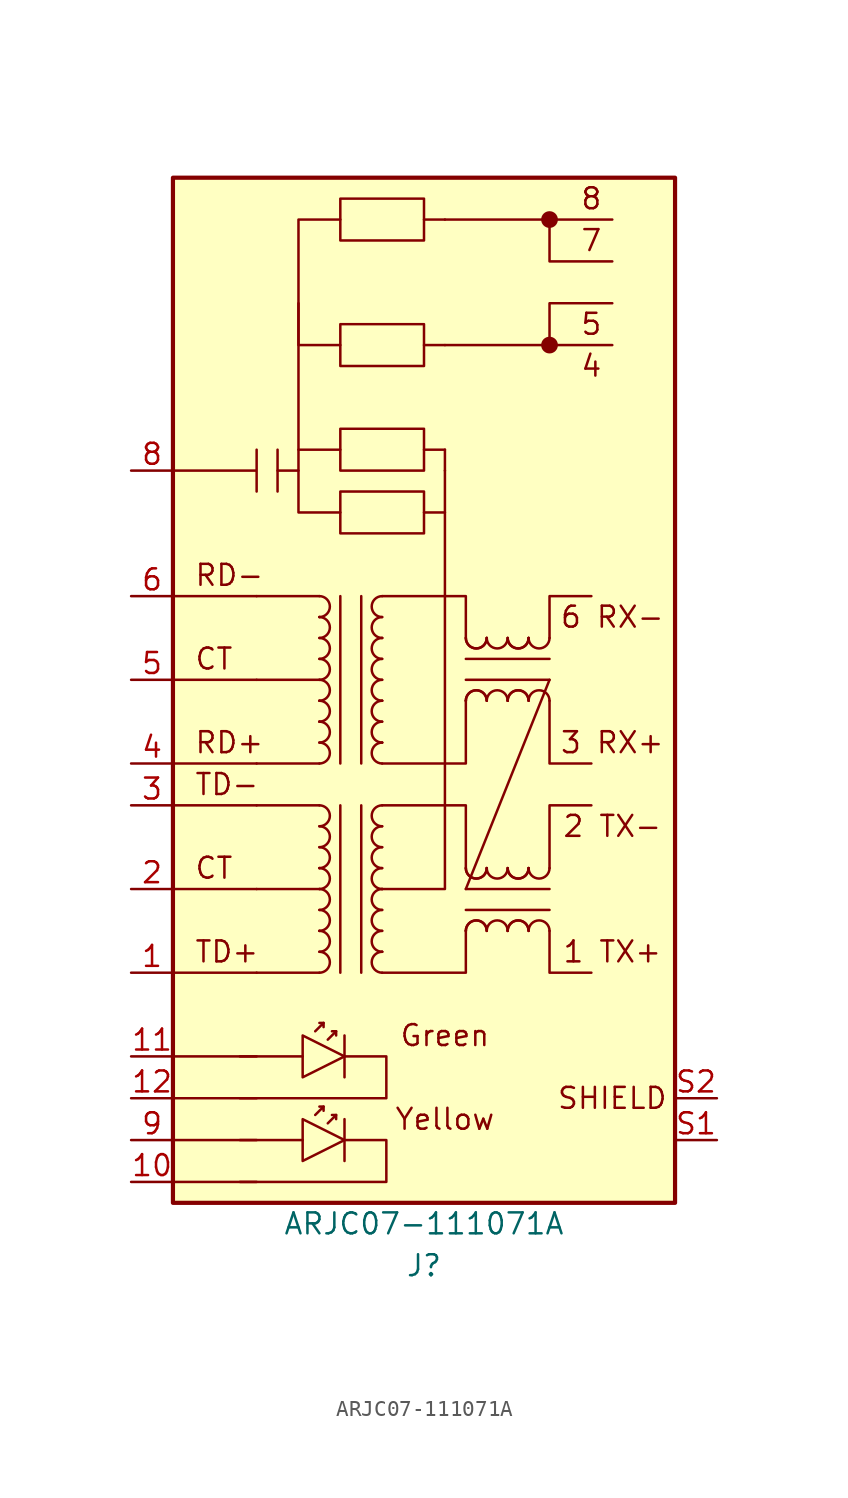
<source format=kicad_sym>
(kicad_symbol_lib
  (version 20211014)
  (generator kicad_symbol_editor)
  (symbol "ARJC07-111071A"
    (pin_names
      (offset 1.016) hide)
    (property "Reference" "J"
      (at 0 -38.1 0)
      (effects (font (size 1.27 1.27))))
    (property "Value" "ARJC07-111071A"
      (at 0 -35.56 0)
      (effects (font (size 1.27 1.27))))
    (symbol "ARJC07-111071A_0_0"
      (rectangle (start -15.24 27.94) (end 15.24 -34.29) (stroke (width 0.254) (type default) (color 0 0 0 0)) (fill (type background)))
      (rectangle (start -5.08 8.89) (end 0 6.35) (stroke (width 0) (type default) (color 0 0 0 0)) (fill (type none)))
      (rectangle (start -5.08 19.05) (end 0 16.51) (stroke (width 0) (type default) (color 0 0 0 0)) (fill (type none)))
      (polyline (pts (xy -15.24 -33.02) (xy -10.16 -33.02)) (stroke (width 0) (type default) (color 0 0 0 0)) (fill (type none)))
      (polyline (pts (xy -15.24 -30.48) (xy -10.16 -30.48)) (stroke (width 0) (type default) (color 0 0 0 0)) (fill (type none)))
      (polyline (pts (xy -15.24 -27.94) (xy -10.16 -27.94)) (stroke (width 0) (type default) (color 0 0 0 0)) (fill (type none)))
      (polyline (pts (xy -15.24 -25.4) (xy -10.16 -25.4)) (stroke (width 0) (type default) (color 0 0 0 0)) (fill (type none)))
      (polyline (pts (xy -15.24 -20.32) (xy -10.16 -20.32)) (stroke (width 0) (type default) (color 0 0 0 0)) (fill (type none)))
      (polyline (pts (xy -15.24 -15.24) (xy -10.16 -15.24)) (stroke (width 0) (type default) (color 0 0 0 0)) (fill (type none)))
      (polyline (pts (xy -15.24 -10.16) (xy -10.16 -10.16)) (stroke (width 0) (type default) (color 0 0 0 0)) (fill (type none)))
      (polyline (pts (xy -15.24 -7.62) (xy -10.16 -7.62)) (stroke (width 0) (type default) (color 0 0 0 0)) (fill (type none)))
      (polyline (pts (xy -15.24 -2.54) (xy -10.16 -2.54)) (stroke (width 0) (type default) (color 0 0 0 0)) (fill (type none)))
      (polyline (pts (xy -15.24 2.54) (xy -10.16 2.54)) (stroke (width 0) (type default) (color 0 0 0 0)) (fill (type none)))
      (polyline (pts (xy -11.176 -25.4) (xy -7.366 -25.4)) (stroke (width 0) (type default) (color 0 0 0 0)) (fill (type none)))
      (polyline (pts (xy 1.27 10.16) (xy 1.27 11.43)) (stroke (width 0) (type default) (color 0 0 0 0)) (fill (type none)))
      (polyline (pts (xy 7.62 17.78) (xy 7.62 20.32) (xy 11.43 20.32)) (stroke (width 0) (type default) (color 0 0 0 0)) (fill (type none)))
      (polyline (pts (xy 7.62 25.4) (xy 7.62 22.86) (xy 11.43 22.86)) (stroke (width 0) (type default) (color 0 0 0 0)) (fill (type none)))
      (polyline (pts (xy -4.826 -25.4) (xy -2.286 -25.4) (xy -2.286 -27.94) (xy -11.176 -27.94)) (stroke (width 0) (type default) (color 0 0 0 0)) (fill (type none)))
      (polyline (pts (xy -2.54 -15.24) (xy -1.27 -15.24) (xy 1.27 -15.24) (xy 1.27 10.16)) (stroke (width 0) (type default) (color 0 0 0 0)) (fill (type none)))
      (text "1 TX+" (at 11.43 -19.05 0) (effects (font (size 1.27 1.27))))
      (text "2 TX-" (at 11.43 -11.43 0) (effects (font (size 1.27 1.27))))
      (text "3 RX+" (at 11.43 -6.35 0) (effects (font (size 1.27 1.27))))
      (text "4" (at 10.16 16.51 0) (effects (font (size 1.27 1.27))))
      (text "5" (at 10.16 19.05 0) (effects (font (size 1.27 1.27))))
      (text "6 RX-" (at 11.43 1.27 0) (effects (font (size 1.27 1.27))))
      (text "7" (at 10.16 24.13 0) (effects (font (size 1.27 1.27))))
      (text "8" (at 10.16 26.67 0) (effects (font (size 1.27 1.27))))
      (text "CT" (at -13.97 -1.27 0) (effects (font (size 1.27 1.27)) (justify left)))
      (text "Green" (at 1.27 -24.13 0) (effects (font (size 1.27 1.27))))
      (text "RD-" (at -13.97 3.81 0) (effects (font (size 1.27 1.27)) (justify left)))
      (text "SHIELD" (at 11.43 -27.94 0) (effects (font (size 1.27 1.27)))))
    (symbol "ARJC07-111071A_0_1"
      (arc (start -6.35 -16.51) (mid -5.715 -15.875) (end -6.35 -15.24) (stroke (width 0) (type default) (color 0 0 0 0)) (fill (type none)))
      (arc (start -6.35 -15.24) (mid -5.715 -14.605) (end -6.35 -13.97) (stroke (width 0) (type default) (color 0 0 0 0)) (fill (type none)))
      (arc (start -6.35 -13.97) (mid -6.35 -16.51) (end -6.35 -13.97) (stroke (width 0) (type default) (color 0 0 0 0)) (fill (type none)))
      (arc (start -6.35 -11.43) (mid -5.715 -10.795) (end -6.35 -10.16) (stroke (width 0) (type default) (color 0 0 0 0)) (fill (type none)))
      (polyline (pts (xy -8.89 11.43) (xy -8.89 8.89)) (stroke (width 0) (type default) (color 0 0 0 0)) (fill (type none)))
      (polyline (pts (xy -6.35 -20.32) (xy -10.16 -20.32)) (stroke (width 0) (type default) (color 0 0 0 0)) (fill (type none)))
      (polyline (pts (xy -6.35 -15.24) (xy -10.16 -15.24)) (stroke (width 0) (type default) (color 0 0 0 0)) (fill (type none)))
      (polyline (pts (xy -6.35 -10.16) (xy -10.16 -10.16)) (stroke (width 0) (type default) (color 0 0 0 0)) (fill (type none)))
      (polyline (pts (xy -6.35 -7.62) (xy -10.16 -7.62)) (stroke (width 0) (type default) (color 0 0 0 0)) (fill (type none)))
      (polyline (pts (xy -6.35 -2.54) (xy -10.16 -2.54)) (stroke (width 0) (type default) (color 0 0 0 0)) (fill (type none)))
      (polyline (pts (xy -6.35 2.54) (xy -10.16 2.54)) (stroke (width 0) (type default) (color 0 0 0 0)) (fill (type none)))
      (polyline (pts (xy -6.096 -28.448) (xy -6.35 -28.448)) (stroke (width 0) (type default) (color 0 0 0 0)) (fill (type none)))
      (polyline (pts (xy -5.334 -28.956) (xy -5.588 -28.956)) (stroke (width 0) (type default) (color 0 0 0 0)) (fill (type none)))
      (polyline (pts (xy -4.826 -24.13) (xy -4.826 -26.67)) (stroke (width 0) (type default) (color 0 0 0 0)) (fill (type none)))
      (polyline (pts (xy 0 7.62) (xy 1.27 7.62)) (stroke (width 0) (type default) (color 0 0 0 0)) (fill (type none)))
      (polyline (pts (xy 0 11.43) (xy 1.27 11.43)) (stroke (width 0) (type default) (color 0 0 0 0)) (fill (type none)))
      (polyline (pts (xy 0 17.78) (xy 1.27 17.78)) (stroke (width 0) (type default) (color 0 0 0 0)) (fill (type none)))
      (polyline (pts (xy 0 25.4) (xy 1.27 25.4)) (stroke (width 0) (type default) (color 0 0 0 0)) (fill (type none)))
      (polyline (pts (xy -7.62 10.16) (xy -7.62 7.62) (xy -5.08 7.62)) (stroke (width 0) (type default) (color 0 0 0 0)) (fill (type none)))
      (polyline (pts (xy -7.62 20.32) (xy -7.62 17.78) (xy -5.08 17.78)) (stroke (width 0) (type default) (color 0 0 0 0)) (fill (type none)))
      (polyline (pts (xy -6.604 -28.956) (xy -6.096 -28.448) (xy -6.096 -28.702)) (stroke (width 0) (type default) (color 0 0 0 0)) (fill (type none)))
      (polyline (pts (xy -5.842 -29.464) (xy -5.334 -28.956) (xy -5.334 -29.21)) (stroke (width 0) (type default) (color 0 0 0 0)) (fill (type none)))
      (polyline (pts (xy -15.24 10.16) (xy -10.16 10.16) (xy -10.16 11.43) (xy -10.16 8.89)) (stroke (width 0) (type default) (color 0 0 0 0)) (fill (type none)))
      (polyline (pts (xy -7.366 -24.13) (xy -7.366 -26.67) (xy -4.826 -25.4) (xy -7.366 -24.13)) (stroke (width 0) (type default) (color 0 0 0 0)) (fill (type none)))
      (polyline (pts (xy -5.08 11.43) (xy -7.62 11.43) (xy -7.62 10.16) (xy -8.89 10.16)) (stroke (width 0) (type default) (color 0 0 0 0)) (fill (type none))))
    (symbol "ARJC07-111071A_1_1"
      (arc (start -6.35 -20.32) (mid -5.715 -19.685) (end -6.35 -19.05) (stroke (width 0) (type default) (color 0 0 0 0)) (fill (type none)))
      (arc (start -6.35 -19.05) (mid -5.715 -18.415) (end -6.35 -17.78) (stroke (width 0) (type default) (color 0 0 0 0)) (fill (type none)))
      (arc (start -6.35 -17.78) (mid -6.35 -20.32) (end -6.35 -17.78) (stroke (width 0) (type default) (color 0 0 0 0)) (fill (type none)))
      (arc (start -6.35 -17.78) (mid -5.715 -17.145) (end -6.35 -16.51) (stroke (width 0) (type default) (color 0 0 0 0)) (fill (type none)))
      (arc (start -6.35 -13.97) (mid -5.715 -13.335) (end -6.35 -12.7) (stroke (width 0) (type default) (color 0 0 0 0)) (fill (type none)))
      (arc (start -6.35 -12.7) (mid -5.715 -12.065) (end -6.35 -11.43) (stroke (width 0) (type default) (color 0 0 0 0)) (fill (type none)))
      (arc (start -6.35 -7.62) (mid -5.715 -6.985) (end -6.35 -6.35) (stroke (width 0) (type default) (color 0 0 0 0)) (fill (type none)))
      (arc (start -6.35 -6.35) (mid -5.715 -5.715) (end -6.35 -5.08) (stroke (width 0) (type default) (color 0 0 0 0)) (fill (type none)))
      (arc (start -6.35 -5.08) (mid -6.35 -7.62) (end -6.35 -5.08) (stroke (width 0) (type default) (color 0 0 0 0)) (fill (type none)))
      (arc (start -6.35 -5.08) (mid -5.715 -4.445) (end -6.35 -3.81) (stroke (width 0) (type default) (color 0 0 0 0)) (fill (type none)))
      (arc (start -6.35 -3.81) (mid -6.35 -6.35) (end -6.35 -3.81) (stroke (width 0) (type default) (color 0 0 0 0)) (fill (type none)))
      (arc (start -6.35 -3.81) (mid -5.715 -3.175) (end -6.35 -2.54) (stroke (width 0) (type default) (color 0 0 0 0)) (fill (type none)))
      (arc (start -6.35 -2.54) (mid -5.715 -1.905) (end -6.35 -1.27) (stroke (width 0) (type default) (color 0 0 0 0)) (fill (type none)))
      (arc (start -6.35 -1.27) (mid -5.715 -0.635) (end -6.35 0) (stroke (width 0) (type default) (color 0 0 0 0)) (fill (type none)))
      (arc (start -6.35 0) (mid -5.715 0.635) (end -6.35 1.27) (stroke (width 0) (type default) (color 0 0 0 0)) (fill (type none)))
      (arc (start -6.35 1.27) (mid -6.35 -1.27) (end -6.35 1.27) (stroke (width 0) (type default) (color 0 0 0 0)) (fill (type none)))
      (arc (start -6.35 1.27) (mid -5.715 1.905) (end -6.35 2.54) (stroke (width 0) (type default) (color 0 0 0 0)) (fill (type none)))
      (rectangle (start -5.08 12.7) (end 0 10.16) (stroke (width 0) (type default) (color 0 0 0 0)) (fill (type none)))
      (rectangle (start -5.08 26.67) (end 0 24.13) (stroke (width 0) (type default) (color 0 0 0 0)) (fill (type none)))
      (arc (start -2.54 -19.05) (mid -3.175 -19.685) (end -2.54 -20.32) (stroke (width 0) (type default) (color 0 0 0 0)) (fill (type none)))
      (arc (start -2.54 -19.05) (mid -2.54 -16.51) (end -2.54 -19.05) (stroke (width 0) (type default) (color 0 0 0 0)) (fill (type none)))
      (arc (start -2.54 -17.78) (mid -3.175 -18.415) (end -2.54 -19.05) (stroke (width 0) (type default) (color 0 0 0 0)) (fill (type none)))
      (arc (start -2.54 -16.51) (mid -3.175 -17.145) (end -2.54 -17.78) (stroke (width 0) (type default) (color 0 0 0 0)) (fill (type none)))
      (arc (start -2.54 -15.24) (mid -3.175 -15.875) (end -2.54 -16.51) (stroke (width 0) (type default) (color 0 0 0 0)) (fill (type none)))
      (arc (start -2.54 -15.24) (mid -2.54 -12.7) (end -2.54 -15.24) (stroke (width 0) (type default) (color 0 0 0 0)) (fill (type none)))
      (arc (start -2.54 -13.97) (mid -3.175 -14.605) (end -2.54 -15.24) (stroke (width 0) (type default) (color 0 0 0 0)) (fill (type none)))
      (arc (start -2.54 -12.7) (mid -3.175 -13.335) (end -2.54 -13.97) (stroke (width 0) (type default) (color 0 0 0 0)) (fill (type none)))
      (arc (start -2.54 -11.43) (mid -3.175 -12.065) (end -2.54 -12.7) (stroke (width 0) (type default) (color 0 0 0 0)) (fill (type none)))
      (arc (start -2.54 -10.16) (mid -3.175 -10.795) (end -2.54 -11.43) (stroke (width 0) (type default) (color 0 0 0 0)) (fill (type none)))
      (arc (start -2.54 -6.35) (mid -3.175 -6.985) (end -2.54 -7.62) (stroke (width 0) (type default) (color 0 0 0 0)) (fill (type none)))
      (arc (start -2.54 -6.35) (mid -2.54 -3.81) (end -2.54 -6.35) (stroke (width 0) (type default) (color 0 0 0 0)) (fill (type none)))
      (arc (start -2.54 -5.08) (mid -3.175 -5.715) (end -2.54 -6.35) (stroke (width 0) (type default) (color 0 0 0 0)) (fill (type none)))
      (arc (start -2.54 -3.81) (mid -3.175 -4.445) (end -2.54 -5.08) (stroke (width 0) (type default) (color 0 0 0 0)) (fill (type none)))
      (arc (start -2.54 -3.81) (mid -2.54 -1.27) (end -2.54 -3.81) (stroke (width 0) (type default) (color 0 0 0 0)) (fill (type none)))
      (arc (start -2.54 -2.54) (mid -3.175 -3.175) (end -2.54 -3.81) (stroke (width 0) (type default) (color 0 0 0 0)) (fill (type none)))
      (arc (start -2.54 -1.27) (mid -3.175 -1.905) (end -2.54 -2.54) (stroke (width 0) (type default) (color 0 0 0 0)) (fill (type none)))
      (arc (start -2.54 0) (mid -3.175 -0.635) (end -2.54 -1.27) (stroke (width 0) (type default) (color 0 0 0 0)) (fill (type none)))
      (arc (start -2.54 0) (mid -2.54 2.54) (end -2.54 0) (stroke (width 0) (type default) (color 0 0 0 0)) (fill (type none)))
      (arc (start -2.54 1.27) (mid -3.175 0.635) (end -2.54 0) (stroke (width 0) (type default) (color 0 0 0 0)) (fill (type none)))
      (arc (start -2.54 2.54) (mid -3.175 1.905) (end -2.54 1.27) (stroke (width 0) (type default) (color 0 0 0 0)) (fill (type none)))
      (polyline (pts (xy -11.176 -30.48) (xy -7.366 -30.48)) (stroke (width 0) (type default) (color 0 0 0 0)) (fill (type none)))
      (polyline (pts (xy -6.096 -23.368) (xy -6.35 -23.368)) (stroke (width 0) (type default) (color 0 0 0 0)) (fill (type none)))
      (polyline (pts (xy -5.334 -23.876) (xy -5.588 -23.876)) (stroke (width 0) (type default) (color 0 0 0 0)) (fill (type none)))
      (polyline (pts (xy -5.08 -10.16) (xy -5.08 -20.32)) (stroke (width 0) (type default) (color 0 0 0 0)) (fill (type none)))
      (polyline (pts (xy -5.08 2.54) (xy -5.08 -7.62)) (stroke (width 0) (type default) (color 0 0 0 0)) (fill (type none)))
      (polyline (pts (xy -4.826 -29.21) (xy -4.826 -31.75)) (stroke (width 0) (type default) (color 0 0 0 0)) (fill (type none)))
      (polyline (pts (xy -3.81 -20.32) (xy -3.81 -10.16)) (stroke (width 0) (type default) (color 0 0 0 0)) (fill (type none)))
      (polyline (pts (xy -3.81 -7.62) (xy -3.81 2.54)) (stroke (width 0) (type default) (color 0 0 0 0)) (fill (type none)))
      (polyline (pts (xy 2.54 -16.51) (xy 7.62 -16.51)) (stroke (width 0) (type default) (color 0 0 0 0)) (fill (type none)))
      (polyline (pts (xy 2.54 -15.24) (xy 7.62 -2.54)) (stroke (width 0) (type default) (color 0 0 0 0)) (fill (type none)))
      (polyline (pts (xy 2.54 -2.54) (xy 7.62 -2.54)) (stroke (width 0) (type default) (color 0 0 0 0)) (fill (type none)))
      (polyline (pts (xy 7.62 -15.24) (xy 2.54 -15.24)) (stroke (width 0) (type default) (color 0 0 0 0)) (fill (type none)))
      (polyline (pts (xy 7.62 -1.27) (xy 2.54 -1.27)) (stroke (width 0) (type default) (color 0 0 0 0)) (fill (type none)))
      (polyline (pts (xy 11.43 17.78) (xy 1.27 17.78)) (stroke (width 0) (type default) (color 0 0 0 0)) (fill (type none)))
      (polyline (pts (xy 11.43 25.4) (xy 1.27 25.4)) (stroke (width 0) (type default) (color 0 0 0 0)) (fill (type none)))
      (polyline (pts (xy -6.604 -23.876) (xy -6.096 -23.368) (xy -6.096 -23.622)) (stroke (width 0) (type default) (color 0 0 0 0)) (fill (type none)))
      (polyline (pts (xy -5.842 -24.384) (xy -5.334 -23.876) (xy -5.334 -24.13)) (stroke (width 0) (type default) (color 0 0 0 0)) (fill (type none)))
      (polyline (pts (xy -5.08 25.4) (xy -7.62 25.4) (xy -7.62 11.43)) (stroke (width 0) (type default) (color 0 0 0 0)) (fill (type none)))
      (polyline (pts (xy -2.54 -10.16) (xy 2.54 -10.16) (xy 2.54 -13.97)) (stroke (width 0) (type default) (color 0 0 0 0)) (fill (type none)))
      (polyline (pts (xy -2.54 -7.62) (xy 2.54 -7.62) (xy 2.54 -3.81)) (stroke (width 0) (type default) (color 0 0 0 0)) (fill (type none)))
      (polyline (pts (xy -2.54 2.54) (xy 2.54 2.54) (xy 2.54 0)) (stroke (width 0) (type default) (color 0 0 0 0)) (fill (type none)))
      (polyline (pts (xy 2.54 -17.78) (xy 2.54 -20.32) (xy -2.54 -20.32)) (stroke (width 0) (type default) (color 0 0 0 0)) (fill (type none)))
      (polyline (pts (xy 7.62 -17.78) (xy 7.62 -20.32) (xy 10.16 -20.32)) (stroke (width 0) (type default) (color 0 0 0 0)) (fill (type none)))
      (polyline (pts (xy 7.62 -13.97) (xy 7.62 -10.16) (xy 10.16 -10.16)) (stroke (width 0) (type default) (color 0 0 0 0)) (fill (type none)))
      (polyline (pts (xy 7.62 -3.81) (xy 7.62 -7.62) (xy 10.16 -7.62)) (stroke (width 0) (type default) (color 0 0 0 0)) (fill (type none)))
      (polyline (pts (xy 7.62 0) (xy 7.62 2.54) (xy 10.16 2.54)) (stroke (width 0) (type default) (color 0 0 0 0)) (fill (type none)))
      (polyline (pts (xy -7.366 -29.21) (xy -7.366 -31.75) (xy -4.826 -30.48) (xy -7.366 -29.21)) (stroke (width 0) (type default) (color 0 0 0 0)) (fill (type none)))
      (polyline (pts (xy -4.826 -30.48) (xy -2.286 -30.48) (xy -2.286 -33.02) (xy -11.176 -33.02)) (stroke (width 0) (type default) (color 0 0 0 0)) (fill (type none)))
      (arc (start 2.54 -17.78) (mid 5.08 -17.78) (end 2.54 -17.78) (stroke (width 0) (type default) (color 0 0 0 0)) (fill (type none)))
      (arc (start 2.54 -13.97) (mid 3.175 -14.605) (end 3.81 -13.97) (stroke (width 0) (type default) (color 0 0 0 0)) (fill (type none)))
      (arc (start 2.54 -13.97) (mid 3.175 -14.605) (end 3.81 -13.97) (stroke (width 0) (type default) (color 0 0 0 0)) (fill (type none)))
      (arc (start 2.54 -3.81) (mid 5.08 -3.81) (end 2.54 -3.81) (stroke (width 0) (type default) (color 0 0 0 0)) (fill (type none)))
      (arc (start 2.54 0) (mid 3.175 -0.635) (end 3.81 0) (stroke (width 0) (type default) (color 0 0 0 0)) (fill (type none)))
      (arc (start 2.54 0) (mid 3.175 -0.635) (end 3.81 0) (stroke (width 0) (type default) (color 0 0 0 0)) (fill (type none)))
      (arc (start 3.81 -17.78) (mid 3.175 -17.145) (end 2.54 -17.78) (stroke (width 0) (type default) (color 0 0 0 0)) (fill (type none)))
      (arc (start 3.81 -17.78) (mid 3.175 -17.145) (end 2.54 -17.78) (stroke (width 0) (type default) (color 0 0 0 0)) (fill (type none)))
      (arc (start 3.81 -13.97) (mid 1.27 -13.97) (end 3.81 -13.97) (stroke (width 0) (type default) (color 0 0 0 0)) (fill (type none)))
      (arc (start 3.81 -13.97) (mid 4.445 -14.605) (end 5.08 -13.97) (stroke (width 0) (type default) (color 0 0 0 0)) (fill (type none)))
      (arc (start 3.81 -3.81) (mid 3.175 -3.175) (end 2.54 -3.81) (stroke (width 0) (type default) (color 0 0 0 0)) (fill (type none)))
      (arc (start 3.81 -3.81) (mid 3.175 -3.175) (end 2.54 -3.81) (stroke (width 0) (type default) (color 0 0 0 0)) (fill (type none)))
      (arc (start 3.81 0) (mid 1.27 0) (end 3.81 0) (stroke (width 0) (type default) (color 0 0 0 0)) (fill (type none)))
      (arc (start 3.81 0) (mid 4.445 -0.635) (end 5.08 0) (stroke (width 0) (type default) (color 0 0 0 0)) (fill (type none)))
      (arc (start 5.08 -17.78) (mid 4.445 -17.145) (end 3.81 -17.78) (stroke (width 0) (type default) (color 0 0 0 0)) (fill (type none)))
      (arc (start 5.08 -17.78) (mid 7.62 -17.78) (end 5.08 -17.78) (stroke (width 0) (type default) (color 0 0 0 0)) (fill (type none)))
      (arc (start 5.08 -13.97) (mid 5.715 -14.605) (end 6.35 -13.97) (stroke (width 0) (type default) (color 0 0 0 0)) (fill (type none)))
      (arc (start 5.08 -13.97) (mid 5.715 -14.605) (end 6.35 -13.97) (stroke (width 0) (type default) (color 0 0 0 0)) (fill (type none)))
      (arc (start 5.08 -3.81) (mid 4.445 -3.175) (end 3.81 -3.81) (stroke (width 0) (type default) (color 0 0 0 0)) (fill (type none)))
      (arc (start 5.08 -3.81) (mid 7.62 -3.81) (end 5.08 -3.81) (stroke (width 0) (type default) (color 0 0 0 0)) (fill (type none)))
      (arc (start 5.08 0) (mid 5.715 -0.635) (end 6.35 0) (stroke (width 0) (type default) (color 0 0 0 0)) (fill (type none)))
      (arc (start 5.08 0) (mid 5.715 -0.635) (end 6.35 0) (stroke (width 0) (type default) (color 0 0 0 0)) (fill (type none)))
      (arc (start 6.35 -17.78) (mid 5.715 -17.145) (end 5.08 -17.78) (stroke (width 0) (type default) (color 0 0 0 0)) (fill (type none)))
      (arc (start 6.35 -17.78) (mid 5.715 -17.145) (end 5.08 -17.78) (stroke (width 0) (type default) (color 0 0 0 0)) (fill (type none)))
      (arc (start 6.35 -13.97) (mid 3.81 -13.97) (end 6.35 -13.97) (stroke (width 0) (type default) (color 0 0 0 0)) (fill (type none)))
      (arc (start 6.35 -13.97) (mid 6.985 -14.605) (end 7.62 -13.97) (stroke (width 0) (type default) (color 0 0 0 0)) (fill (type none)))
      (arc (start 6.35 -3.81) (mid 5.715 -3.175) (end 5.08 -3.81) (stroke (width 0) (type default) (color 0 0 0 0)) (fill (type none)))
      (arc (start 6.35 -3.81) (mid 5.715 -3.175) (end 5.08 -3.81) (stroke (width 0) (type default) (color 0 0 0 0)) (fill (type none)))
      (arc (start 6.35 0) (mid 3.81 0) (end 6.35 0) (stroke (width 0) (type default) (color 0 0 0 0)) (fill (type none)))
      (arc (start 6.35 0) (mid 6.985 -0.635) (end 7.62 0) (stroke (width 0) (type default) (color 0 0 0 0)) (fill (type none)))
      (arc (start 7.62 -17.78) (mid 6.985 -17.145) (end 6.35 -17.78) (stroke (width 0) (type default) (color 0 0 0 0)) (fill (type none)))
      (arc (start 7.62 -3.81) (mid 6.985 -3.175) (end 6.35 -3.81) (stroke (width 0) (type default) (color 0 0 0 0)) (fill (type none)))
      (circle (center 7.62 17.78) (radius 0.0001) (stroke (width 0.508) (type default) (color 0 0 0 0)) (fill (type none)))
      (circle (center 7.62 25.4) (radius 0.0001) (stroke (width 0.508) (type default) (color 0 0 0 0)) (fill (type none)))
      (text "CT" (at -13.97 -13.97 0) (effects (font (size 1.27 1.27)) (justify left)))
      (text "RD+" (at -13.97 -6.35 0) (effects (font (size 1.27 1.27)) (justify left)))
      (text "TD+" (at -13.97 -19.05 0) (effects (font (size 1.27 1.27)) (justify left)))
      (text "TD-" (at -13.97 -8.89 0) (effects (font (size 1.27 1.27)) (justify left)))
      (text "Yellow" (at 1.27 -29.21 0) (effects (font (size 1.27 1.27))))
      (pin passive line (at -17.78 -20.32 0) (length 2.54) (name "TD+" (effects (font (size 1.27 1.27)))) (number "1" (effects (font (size 1.27 1.27)))))
      (pin passive line (at -17.78 -33.02 0) (length 2.54) (name "RLED-" (effects (font (size 1.27 1.27)))) (number "10" (effects (font (size 1.27 1.27)))))
      (pin passive line (at -17.78 -25.4 0) (length 2.54) (name "LLED+" (effects (font (size 1.27 1.27)))) (number "11" (effects (font (size 1.27 1.27)))))
      (pin passive line (at -17.78 -27.94 0) (length 2.54) (name "LLED-" (effects (font (size 1.27 1.27)))) (number "12" (effects (font (size 1.27 1.27)))))
      (pin passive line (at -17.78 -15.24 0) (length 2.54) (name "CT" (effects (font (size 1.27 1.27)))) (number "2" (effects (font (size 1.27 1.27)))))
      (pin passive line (at -17.78 -10.16 0) (length 2.54) (name "TD-" (effects (font (size 1.27 1.27)))) (number "3" (effects (font (size 1.27 1.27)))))
      (pin passive line (at -17.78 -7.62 0) (length 2.54) (name "RD+" (effects (font (size 1.27 1.27)))) (number "4" (effects (font (size 1.27 1.27)))))
      (pin passive line (at -17.78 -2.54 0) (length 2.54) (name "CT" (effects (font (size 1.27 1.27)))) (number "5" (effects (font (size 1.27 1.27)))))
      (pin passive line (at -17.78 2.54 0) (length 2.54) (name "RD-" (effects (font (size 1.27 1.27)))) (number "6" (effects (font (size 1.27 1.27)))))
      (pin no_connect line (at -17.78 17.78 0) (length 2.54) hide (name "NC" (effects (font (size 1.27 1.27)))) (number "7" (effects (font (size 1.27 1.27)))))
      (pin passive line (at -17.78 10.16 0) (length 2.54) (name "8" (effects (font (size 1.27 1.27)))) (number "8" (effects (font (size 1.27 1.27)))))
      (pin passive line (at -17.78 -30.48 0) (length 2.54) (name "RLED+" (effects (font (size 1.27 1.27)))) (number "9" (effects (font (size 1.27 1.27)))))
      (pin passive line (at 17.78 -30.48 180) (length 2.54) (name "SHIELD" (effects (font (size 1.27 1.27)))) (number "S1" (effects (font (size 1.27 1.27)))))
      (pin passive line (at 17.78 -27.94 180) (length 2.54) (name "SHIELD" (effects (font (size 1.27 1.27)))) (number "S2" (effects (font (size 1.27 1.27))))))))
</source>
